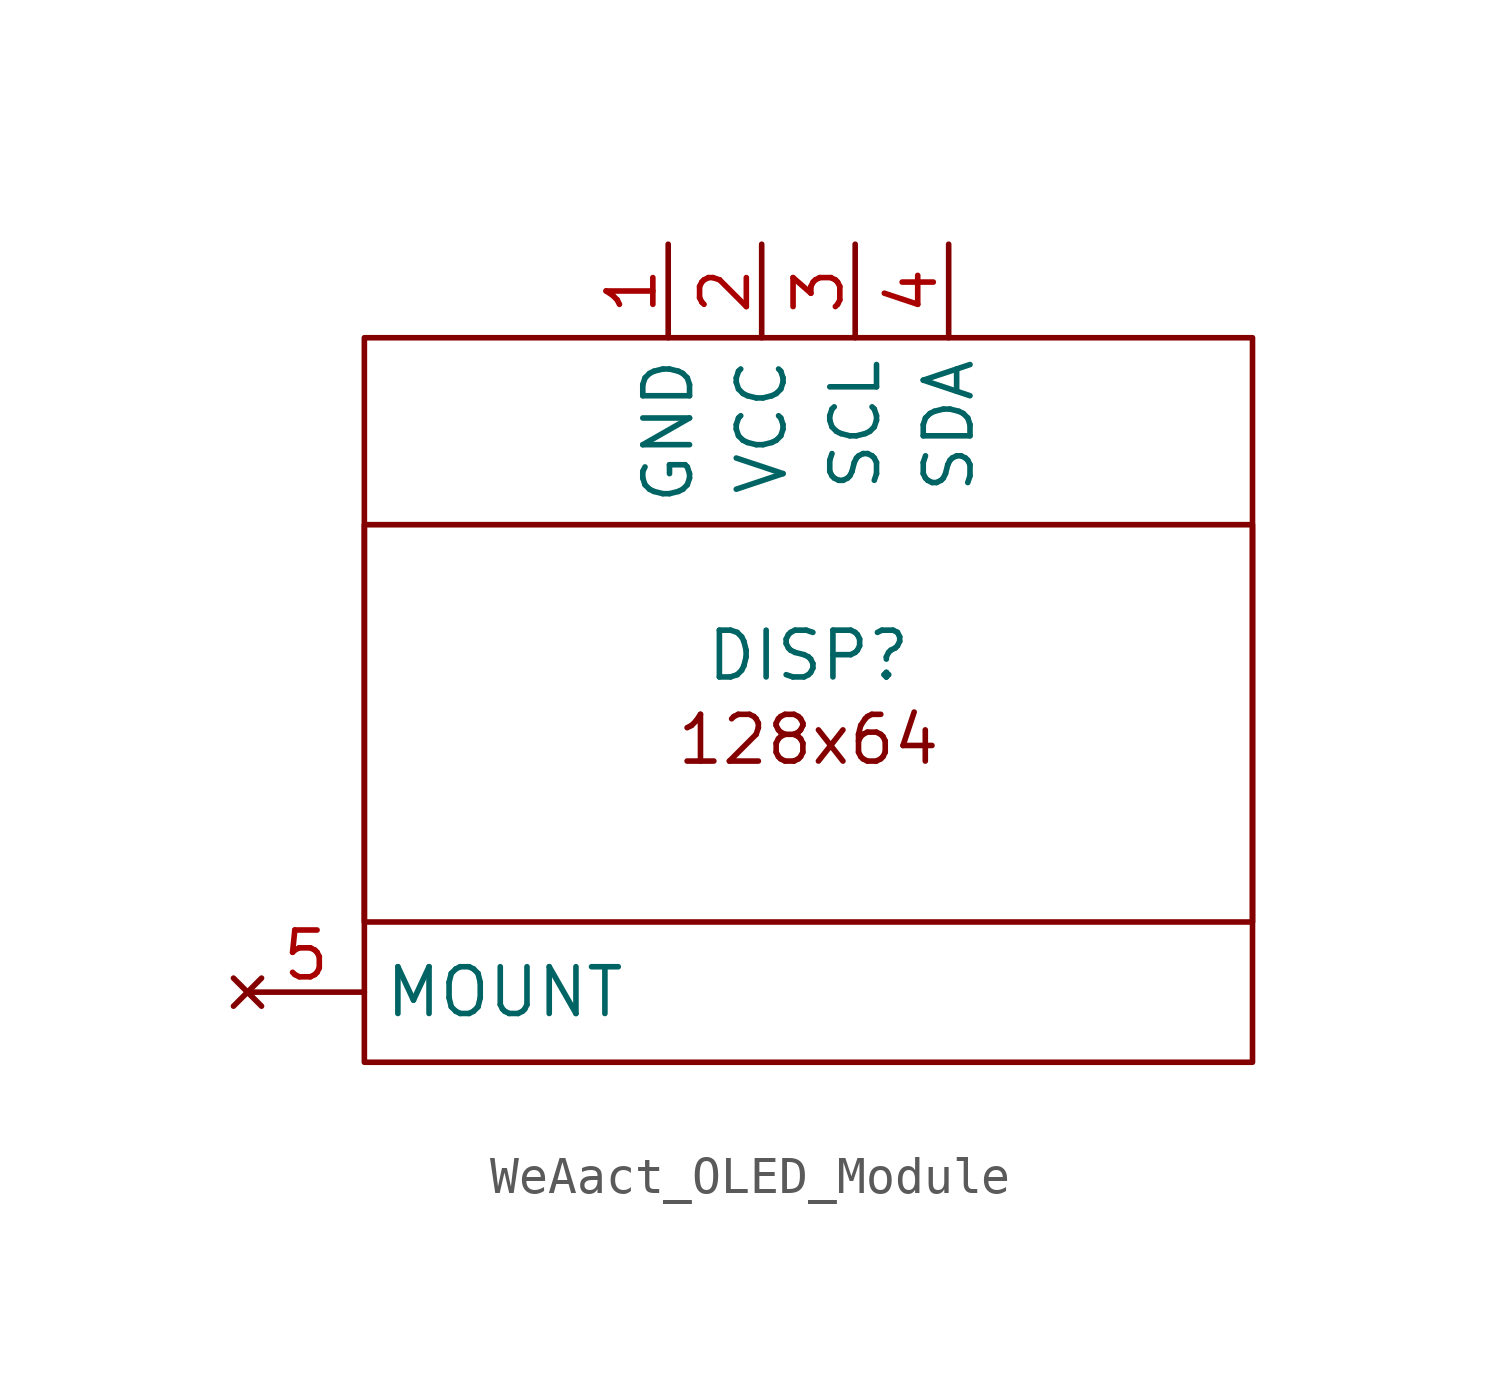
<source format=kicad_sym>
(kicad_symbol_lib
  (version 20241209)
  (generator "kicad_symbol_editor")
  (generator_version "9.0")
  (symbol "WeAact_OLED_Module"
    (property "Reference" "DISP"
      (at 0 -8.636 0)
      (effects (font (size 1.27 1.27))))
    (property "Value" ""
      (at 0 0 0)
      (effects (font (size 1.27 1.27))))
    (symbol "WeAact_OLED_Module_0_1"
      (rectangle (start -12.065 0) (end 12.065 -19.685) (stroke (width 0) (type default)) (fill (type none)))
      (rectangle (start -12.065 -5.08) (end 12.065 -15.875) (stroke (width 0) (type default)) (fill (type none))))
    (symbol "WeAact_OLED_Module_1_1"
      (text "128x64" (at 0 -10.922 0) (effects (font (size 1.27 1.27))))
      (pin no_connect line (at -15.24 -17.78 0) (length 3.175) (name "MOUNT" (effects (font (size 1.27 1.27)))) (number "5" (effects (font (size 1.27 1.27)))))
      (pin power_in line (at -3.81 2.54 270) (length 2.54) (name "GND" (effects (font (size 1.27 1.27)))) (number "1" (effects (font (size 1.27 1.27)))))
      (pin power_in line (at -1.27 2.54 270) (length 2.54) (name "VCC" (effects (font (size 1.27 1.27)))) (number "2" (effects (font (size 1.27 1.27)))))
      (pin input line (at 1.27 2.54 270) (length 2.54) (name "SCL" (effects (font (size 1.27 1.27)))) (number "3" (effects (font (size 1.27 1.27)))))
      (pin bidirectional line (at 3.81 2.54 270) (length 2.54) (name "SDA" (effects (font (size 1.27 1.27)))) (number "4" (effects (font (size 1.27 1.27))))))))
</source>
